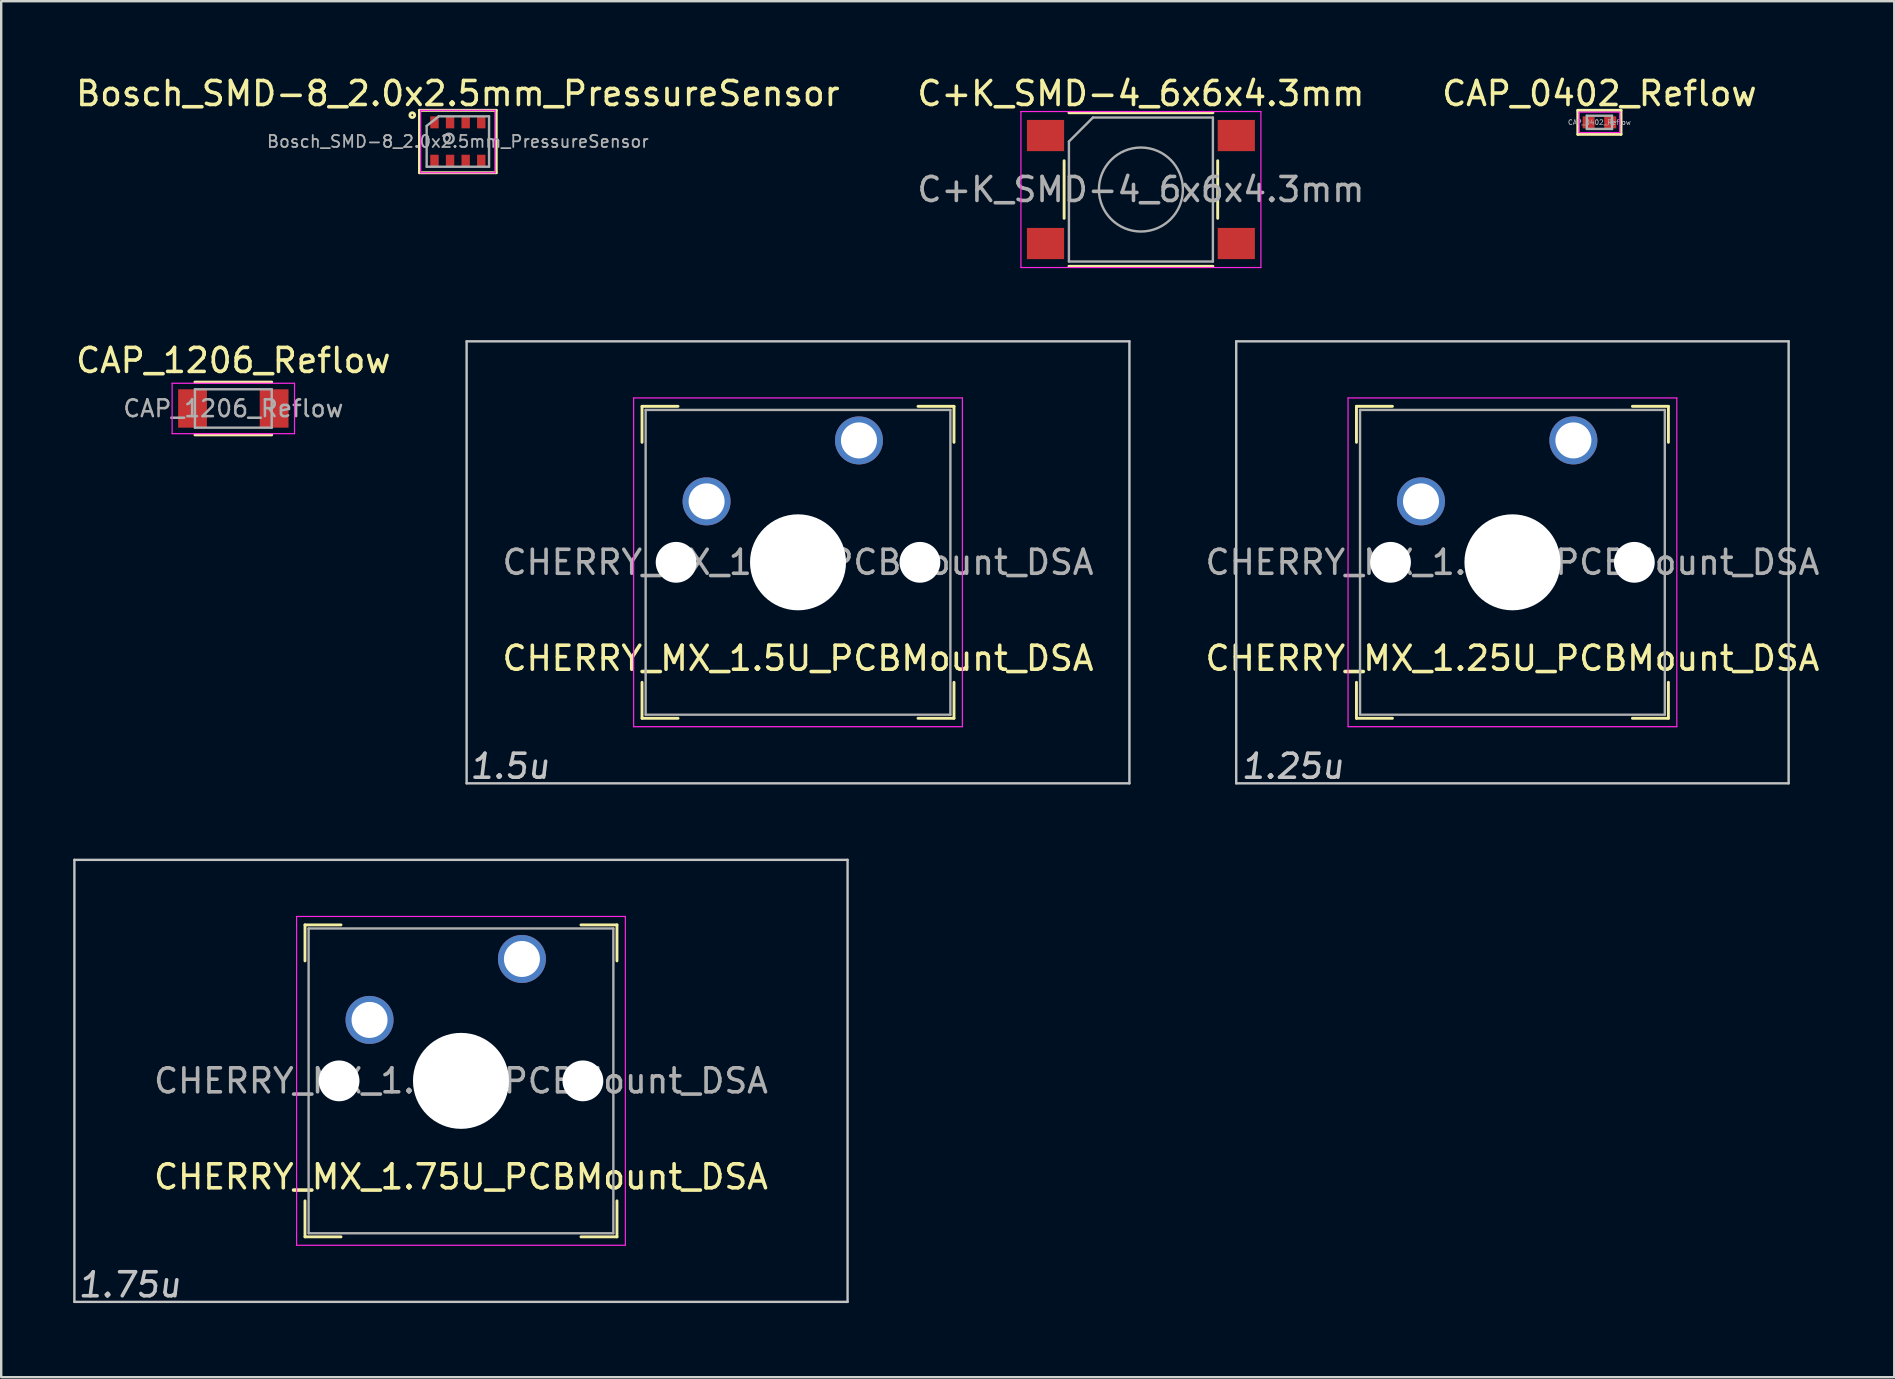
<source format=kicad_pcb>
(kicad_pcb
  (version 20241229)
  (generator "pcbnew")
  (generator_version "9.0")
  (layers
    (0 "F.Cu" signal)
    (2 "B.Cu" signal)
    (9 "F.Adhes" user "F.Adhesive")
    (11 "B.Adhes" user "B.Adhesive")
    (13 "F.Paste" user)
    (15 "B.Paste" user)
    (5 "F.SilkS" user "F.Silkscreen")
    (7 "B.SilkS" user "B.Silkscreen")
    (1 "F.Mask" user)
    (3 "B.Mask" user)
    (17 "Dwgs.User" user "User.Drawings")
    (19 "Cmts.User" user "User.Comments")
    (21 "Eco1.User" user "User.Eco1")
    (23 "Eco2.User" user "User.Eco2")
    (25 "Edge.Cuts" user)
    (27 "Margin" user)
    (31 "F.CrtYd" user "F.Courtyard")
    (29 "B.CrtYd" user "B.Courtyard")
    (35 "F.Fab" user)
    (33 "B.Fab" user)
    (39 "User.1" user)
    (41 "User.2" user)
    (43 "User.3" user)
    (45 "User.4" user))
  (footprint "CHERRY_MX_1.25U_PCBMount_DSA"
    (layer "F.Cu")
    (at 59.976 20.383)
    (property "Reference" "CHERRY_MX_1.25U_PCBMount_DSA" (at 0 4 0) (layer "F.SilkS") (effects (font (size 1 1) (thickness 0.15))))
    (attr through_hole)
    (fp_line (start -6.5 -6.5) (end -6.5 -5) (stroke (width 0.12) (type solid)) (layer "F.SilkS"))
    (fp_line (start -6.5 6.5) (end -6.5 5) (stroke (width 0.12) (type solid)) (layer "F.SilkS"))
    (fp_line (start -5 -6.5) (end -6.5 -6.5) (stroke (width 0.12) (type solid)) (layer "F.SilkS"))
    (fp_line (start -5 6.5) (end -6.5 6.5) (stroke (width 0.12) (type solid)) (layer "F.SilkS"))
    (fp_line (start 6.5 -6.5) (end 5 -6.5) (stroke (width 0.12) (type solid)) (layer "F.SilkS"))
    (fp_line (start 6.5 -6.5) (end 6.5 -5) (stroke (width 0.12) (type solid)) (layer "F.SilkS"))
    (fp_line (start 6.5 5) (end 6.5 6.5) (stroke (width 0.12) (type solid)) (layer "F.SilkS"))
    (fp_line (start 6.5 6.5) (end 5 6.5) (stroke (width 0.12) (type solid)) (layer "F.SilkS"))
    (fp_line (start -11.51 -9.21) (end -11.51 9.21) (stroke (width 0.1) (type solid)) (layer "Dwgs.User"))
    (fp_line (start -11.51 -9.21) (end 11.51 -9.21) (stroke (width 0.1) (type solid)) (layer "Dwgs.User"))
    (fp_line (start -11.51 9.21) (end 11.51 9.21) (stroke (width 0.1) (type solid)) (layer "Dwgs.User"))
    (fp_line (start 11.51 9.21) (end 11.51 -9.21) (stroke (width 0.1) (type solid)) (layer "Dwgs.User"))
    (fp_line (start -6.85 -6.85) (end -6.85 6.85) (stroke (width 0.05) (type solid)) (layer "F.CrtYd"))
    (fp_line (start -6.85 -6.85) (end 6.85 -6.85) (stroke (width 0.05) (type solid)) (layer "F.CrtYd"))
    (fp_line (start -6.85 6.85) (end 6.85 6.85) (stroke (width 0.05) (type solid)) (layer "F.CrtYd"))
    (fp_line (start 6.85 6.85) (end 6.85 -6.85) (stroke (width 0.05) (type solid)) (layer "F.CrtYd"))
    (fp_line (start -6.35 -6.35) (end -6.35 6.35) (stroke (width 0.1) (type solid)) (layer "F.Fab"))
    (fp_line (start -6.35 -6.35) (end 6.35 -6.35) (stroke (width 0.1) (type solid)) (layer "F.Fab"))
    (fp_line (start -6.35 6.35) (end 6.35 6.35) (stroke (width 0.1) (type solid)) (layer "F.Fab"))
    (fp_line (start 6.35 -6.35) (end 6.35 6.35) (stroke (width 0.1) (type solid)) (layer "F.Fab"))
    (fp_text user "1.25u" (at -9.15 8.5 0) (layer "Dwgs.User") (effects (font (size 1 1) (thickness 0.15) (italic yes))))
    (fp_text user "${REFERENCE}" (at 0 0 0) (layer "F.Fab") (effects (font (size 1 1) (thickness 0.15))))
    (pad "" np_thru_hole circle (at -5.08 0) (size 1.7 1.7) (drill 1.7) (layers "*.Cu" "*.Mask"))
    (pad "" np_thru_hole circle (at 0 0) (size 4 4) (drill 4) (layers "*.Cu" "*.Mask"))
    (pad "" np_thru_hole circle (at 5.08 0) (size 1.7 1.7) (drill 1.7) (layers "*.Cu" "*.Mask"))
    (pad "1" thru_hole circle (at -3.81 -2.54) (size 2 2) (drill 1.5) (layers "*.Cu" "*.Mask"))
    (pad "2" thru_hole circle (at 2.54 -5.08) (size 2 2) (drill 1.5) (layers "*.Cu" "*.Mask")))
  (footprint "CAP_0402_Reflow"
    (layer "F.Cu")
    (at 63.601 2.048)
    (property "Reference" "CAP_0402_Reflow" (at 0 -1.2 0) (layer "F.SilkS") (effects (font (size 1 1) (thickness 0.15))))
    (attr smd)
    (fp_line (start -0.9 -0.5) (end 0.9 -0.5) (stroke (width 0.12) (type solid)) (layer "F.SilkS"))
    (fp_line (start -0.9 0.5) (end -0.9 -0.5) (stroke (width 0.12) (type solid)) (layer "F.SilkS"))
    (fp_line (start 0.9 -0.5) (end 0.9 0.5) (stroke (width 0.12) (type solid)) (layer "F.SilkS"))
    (fp_line (start 0.9 0.5) (end -0.9 0.5) (stroke (width 0.12) (type solid)) (layer "F.SilkS"))
    (fp_line (start -0.85 -0.425) (end -0.85 0.425) (stroke (width 0.05) (type solid)) (layer "F.CrtYd"))
    (fp_line (start -0.85 -0.425) (end 0.85 -0.425) (stroke (width 0.05) (type solid)) (layer "F.CrtYd"))
    (fp_line (start -0.85 0.425) (end 0.85 0.425) (stroke (width 0.05) (type solid)) (layer "F.CrtYd"))
    (fp_line (start 0.85 -0.425) (end 0.85 0.425) (stroke (width 0.05) (type solid)) (layer "F.CrtYd"))
    (fp_line (start -0.525 -0.275) (end -0.525 0.275) (stroke (width 0.1) (type solid)) (layer "F.Fab"))
    (fp_line (start -0.525 -0.275) (end 0.525 -0.275) (stroke (width 0.1) (type solid)) (layer "F.Fab"))
    (fp_line (start -0.525 0.275) (end 0.525 0.275) (stroke (width 0.1) (type solid)) (layer "F.Fab"))
    (fp_line (start 0.525 -0.275) (end 0.525 0.275) (stroke (width 0.1) (type solid)) (layer "F.Fab"))
    (fp_text user "${REFERENCE}" (at 0 0 0) (layer "F.Fab") (effects (font (size 0.2 0.2) (thickness 0.03))))
    (pad "1" smd rect (at -0.45 0) (size 0.5 0.5) (layers "F.Cu" "F.Mask" "F.Paste"))
    (pad "2" smd rect (at 0.45 0) (size 0.5 0.5) (layers "F.Cu" "F.Mask" "F.Paste")))
  (footprint "CAP_1206_Reflow"
    (layer "F.Cu")
    (at 6.673 13.972)
    (property "Reference" "CAP_1206_Reflow" (at 0 -2 0) (layer "F.SilkS") (effects (font (size 1 1) (thickness 0.15))))
    (attr smd)
    (fp_line (start -1.6 -1.1) (end 1.6 -1.1) (stroke (width 0.12) (type solid)) (layer "F.SilkS"))
    (fp_line (start 1.6 1.1) (end -1.6 1.1) (stroke (width 0.12) (type solid)) (layer "F.SilkS"))
    (fp_line (start -2.55 -1.05) (end -2.55 1.05) (stroke (width 0.05) (type solid)) (layer "F.CrtYd"))
    (fp_line (start -2.55 -1.05) (end 2.55 -1.05) (stroke (width 0.05) (type solid)) (layer "F.CrtYd"))
    (fp_line (start -2.55 1.05) (end 2.55 1.05) (stroke (width 0.05) (type solid)) (layer "F.CrtYd"))
    (fp_line (start 2.55 1.05) (end 2.55 -1.05) (stroke (width 0.05) (type solid)) (layer "F.CrtYd"))
    (fp_line (start -1.6 -0.8) (end -1.6 0.8) (stroke (width 0.1) (type solid)) (layer "F.Fab"))
    (fp_line (start -1.6 -0.8) (end 1.6 -0.8) (stroke (width 0.1) (type solid)) (layer "F.Fab"))
    (fp_line (start -1.6 0.8) (end 1.6 0.8) (stroke (width 0.1) (type solid)) (layer "F.Fab"))
    (fp_line (start 1.6 -0.8) (end 1.6 0.8) (stroke (width 0.1) (type solid)) (layer "F.Fab"))
    (fp_text user "${REFERENCE}" (at 0 0 0) (layer "F.Fab") (effects (font (size 0.7 0.7) (thickness 0.105))))
    (pad "1" smd rect (at -1.7 0) (size 1.2 1.6) (layers "F.Cu" "F.Mask" "F.Paste"))
    (pad "2" smd rect (at 1.7 0) (size 1.2 1.6) (layers "F.Cu" "F.Mask" "F.Paste")))
  (footprint "CHERRY_MX_1.5U_PCBMount_DSA"
    (layer "F.Cu")
    (at 30.205 20.383)
    (property "Reference" "CHERRY_MX_1.5U_PCBMount_DSA" (at 0 4 0) (layer "F.SilkS") (effects (font (size 1 1) (thickness 0.15))))
    (attr through_hole)
    (fp_line (start -6.5 -6.5) (end -6.5 -5) (stroke (width 0.12) (type solid)) (layer "F.SilkS"))
    (fp_line (start -6.5 6.5) (end -6.5 5) (stroke (width 0.12) (type solid)) (layer "F.SilkS"))
    (fp_line (start -5 -6.5) (end -6.5 -6.5) (stroke (width 0.12) (type solid)) (layer "F.SilkS"))
    (fp_line (start -5 6.5) (end -6.5 6.5) (stroke (width 0.12) (type solid)) (layer "F.SilkS"))
    (fp_line (start 6.5 -6.5) (end 5 -6.5) (stroke (width 0.12) (type solid)) (layer "F.SilkS"))
    (fp_line (start 6.5 -6.5) (end 6.5 -5) (stroke (width 0.12) (type solid)) (layer "F.SilkS"))
    (fp_line (start 6.5 5) (end 6.5 6.5) (stroke (width 0.12) (type solid)) (layer "F.SilkS"))
    (fp_line (start 6.5 6.5) (end 5 6.5) (stroke (width 0.12) (type solid)) (layer "F.SilkS"))
    (fp_line (start -13.81 -9.21) (end -13.81 9.21) (stroke (width 0.1) (type solid)) (layer "Dwgs.User"))
    (fp_line (start -13.81 -9.21) (end 13.81 -9.21) (stroke (width 0.1) (type solid)) (layer "Dwgs.User"))
    (fp_line (start -13.81 9.21) (end 13.81 9.21) (stroke (width 0.1) (type solid)) (layer "Dwgs.User"))
    (fp_line (start 13.81 9.21) (end 13.81 -9.21) (stroke (width 0.1) (type solid)) (layer "Dwgs.User"))
    (fp_line (start -6.85 -6.85) (end -6.85 6.85) (stroke (width 0.05) (type solid)) (layer "F.CrtYd"))
    (fp_line (start -6.85 -6.85) (end 6.85 -6.85) (stroke (width 0.05) (type solid)) (layer "F.CrtYd"))
    (fp_line (start -6.85 6.85) (end 6.85 6.85) (stroke (width 0.05) (type solid)) (layer "F.CrtYd"))
    (fp_line (start 6.85 6.85) (end 6.85 -6.85) (stroke (width 0.05) (type solid)) (layer "F.CrtYd"))
    (fp_line (start -6.35 -6.35) (end -6.35 6.35) (stroke (width 0.1) (type solid)) (layer "F.Fab"))
    (fp_line (start -6.35 -6.35) (end 6.35 -6.35) (stroke (width 0.1) (type solid)) (layer "F.Fab"))
    (fp_line (start -6.35 6.35) (end 6.35 6.35) (stroke (width 0.1) (type solid)) (layer "F.Fab"))
    (fp_line (start 6.35 -6.35) (end 6.35 6.35) (stroke (width 0.1) (type solid)) (layer "F.Fab"))
    (fp_text user "1.5u" (at -12 8.5 0) (layer "Dwgs.User") (effects (font (size 1 1) (thickness 0.15) (italic yes))))
    (fp_text user "${REFERENCE}" (at 0 0 0) (layer "F.Fab") (effects (font (size 1 1) (thickness 0.15))))
    (pad "" np_thru_hole circle (at -5.08 0) (size 1.7 1.7) (drill 1.7) (layers "*.Cu" "*.Mask"))
    (pad "" np_thru_hole circle (at 0 0) (size 4 4) (drill 4) (layers "*.Cu" "*.Mask"))
    (pad "" np_thru_hole circle (at 5.08 0) (size 1.7 1.7) (drill 1.7) (layers "*.Cu" "*.Mask"))
    (pad "1" thru_hole circle (at -3.81 -2.54) (size 2 2) (drill 1.5) (layers "*.Cu" "*.Mask"))
    (pad "2" thru_hole circle (at 2.54 -5.08) (size 2 2) (drill 1.5) (layers "*.Cu" "*.Mask")))
  (footprint "C+K_SMD-4_6x6x4.3mm"
    (layer "F.Cu")
    (at 44.494 4.848)
    (property "Reference" "C+K_SMD-4_6x6x4.3mm" (at 0 -4 0) (layer "F.SilkS") (effects (font (size 1 1) (thickness 0.15))))
    (attr smd)
    (fp_line (start -3.2 1.2) (end -3.2 -1.2) (stroke (width 0.12) (type solid)) (layer "F.SilkS"))
    (fp_line (start -3 3.2) (end 3 3.2) (stroke (width 0.12) (type solid)) (layer "F.SilkS"))
    (fp_line (start 3 -3.2) (end -3 -3.2) (stroke (width 0.12) (type solid)) (layer "F.SilkS"))
    (fp_line (start 3.2 -1.2) (end 3.2 1.2) (stroke (width 0.12) (type solid)) (layer "F.SilkS"))
    (fp_line (start -5 -3.25) (end -5 3.25) (stroke (width 0.05) (type solid)) (layer "F.CrtYd"))
    (fp_line (start -5 -3.25) (end 5 -3.25) (stroke (width 0.05) (type solid)) (layer "F.CrtYd"))
    (fp_line (start -5 3.25) (end 5 3.25) (stroke (width 0.05) (type solid)) (layer "F.CrtYd"))
    (fp_line (start 5 -3.25) (end 5 3.25) (stroke (width 0.05) (type solid)) (layer "F.CrtYd"))
    (fp_line (start -3 -2) (end -3 3) (stroke (width 0.1) (type solid)) (layer "F.Fab"))
    (fp_line (start -3 -2) (end -2 -3) (stroke (width 0.1) (type solid)) (layer "F.Fab"))
    (fp_line (start -3 3) (end 3 3) (stroke (width 0.1) (type solid)) (layer "F.Fab"))
    (fp_line (start -2 -3) (end 3 -3) (stroke (width 0.1) (type solid)) (layer "F.Fab"))
    (fp_line (start 3 -3) (end 3 3) (stroke (width 0.1) (type solid)) (layer "F.Fab"))
    (fp_circle (center 0 0) (end 1.75 0) (stroke (width 0.1) (type solid)) (fill no) (layer "F.Fab"))
    (fp_text user "${REFERENCE}" (at 0 0 0) (layer "F.Fab") (effects (font (size 1 1) (thickness 0.15))))
    (pad "1" smd rect (at -3.975 -2.25) (size 1.55 1.3) (layers "F.Cu" "F.Mask" "F.Paste"))
    (pad "2" smd rect (at 3.975 -2.25) (size 1.55 1.3) (layers "F.Cu" "F.Mask" "F.Paste"))
    (pad "3" smd rect (at -3.975 2.25) (size 1.55 1.3) (layers "F.Cu" "F.Mask" "F.Paste"))
    (pad "4" smd rect (at 3.975 2.25) (size 1.55 1.3) (layers "F.Cu" "F.Mask" "F.Paste")))
  (footprint "Bosch_SMD-8_2.0x2.5mm_PressureSensor"
    (layer "F.Cu")
    (at 16.03 2.848)
    (property "Reference" "Bosch_SMD-8_2.0x2.5mm_PressureSensor" (at 0 -2 0) (layer "F.SilkS") (effects (font (size 1 1) (thickness 0.15))))
    (attr smd)
    (fp_line (start -1.6 -1.3) (end 1.6 -1.3) (stroke (width 0.12) (type solid)) (layer "F.SilkS"))
    (fp_line (start -1.6 1.3) (end -1.6 -1.3) (stroke (width 0.12) (type solid)) (layer "F.SilkS"))
    (fp_line (start 1.6 -1.3) (end 1.6 1.3) (stroke (width 0.12) (type solid)) (layer "F.SilkS"))
    (fp_line (start 1.6 1.3) (end -1.6 1.3) (stroke (width 0.12) (type solid)) (layer "F.SilkS"))
    (fp_circle (center -1.9 -1.1) (end -1.9 -1) (stroke (width 0.12) (type solid)) (fill no) (layer "F.SilkS"))
    (fp_line (start -1.55 -1.3) (end 1.55 -1.3) (stroke (width 0.05) (type solid)) (layer "F.CrtYd"))
    (fp_line (start -1.55 1.3) (end -1.55 -1.3) (stroke (width 0.05) (type solid)) (layer "F.CrtYd"))
    (fp_line (start 1.55 -1.3) (end 1.55 1.3) (stroke (width 0.05) (type solid)) (layer "F.CrtYd"))
    (fp_line (start 1.55 1.3) (end -1.55 1.3) (stroke (width 0.05) (type solid)) (layer "F.CrtYd"))
    (fp_line (start -1.3 -0.65) (end -1.3 1.05) (stroke (width 0.1) (type solid)) (layer "F.Fab"))
    (fp_line (start -1.3 -0.65) (end -0.8 -1.05) (stroke (width 0.1) (type solid)) (layer "F.Fab"))
    (fp_line (start -1.3 1.05) (end 1.3 1.05) (stroke (width 0.1) (type solid)) (layer "F.Fab"))
    (fp_line (start -0.8 -1.05) (end 1.3 -1.05) (stroke (width 0.1) (type solid)) (layer "F.Fab"))
    (fp_line (start 1.3 -1.05) (end 1.3 1.05) (stroke (width 0.1) (type solid)) (layer "F.Fab"))
    (fp_circle (center -0.375 -0.125) (end -0.575 -0.125) (stroke (width 0.1) (type solid)) (fill no) (layer "F.Fab"))
    (fp_text user "${REFERENCE}" (at 0 0 0) (layer "F.Fab") (effects (font (size 0.5 0.5) (thickness 0.075))))
    (pad "1" smd rect (at -0.975 -0.8) (size 0.35 0.5) (layers "F.Cu" "F.Mask" "F.Paste"))
    (pad "2" smd rect (at -0.325 -0.8) (size 0.35 0.5) (layers "F.Cu" "F.Mask" "F.Paste"))
    (pad "3" smd rect (at 0.325 -0.8) (size 0.35 0.5) (layers "F.Cu" "F.Mask" "F.Paste"))
    (pad "4" smd rect (at 0.975 -0.8) (size 0.35 0.5) (layers "F.Cu" "F.Mask" "F.Paste"))
    (pad "5" smd rect (at 0.975 0.8) (size 0.35 0.5) (layers "F.Cu" "F.Mask" "F.Paste"))
    (pad "6" smd rect (at 0.325 0.8) (size 0.35 0.5) (layers "F.Cu" "F.Mask" "F.Paste"))
    (pad "7" smd rect (at -0.325 0.8) (size 0.35 0.5) (layers "F.Cu" "F.Mask" "F.Paste"))
    (pad "8" smd rect (at -0.975 0.8) (size 0.35 0.5) (layers "F.Cu" "F.Mask" "F.Paste")))
  (footprint "CHERRY_MX_1.75U_PCBMount_DSA"
    (layer "F.Cu")
    (at 16.16 41.992)
    (property "Reference" "CHERRY_MX_1.75U_PCBMount_DSA" (at 0 4 0) (layer "F.SilkS") (effects (font (size 1 1) (thickness 0.15))))
    (attr through_hole)
    (fp_line (start -6.5 -6.5) (end -6.5 -5) (stroke (width 0.12) (type solid)) (layer "F.SilkS"))
    (fp_line (start -6.5 6.5) (end -6.5 5) (stroke (width 0.12) (type solid)) (layer "F.SilkS"))
    (fp_line (start -5 -6.5) (end -6.5 -6.5) (stroke (width 0.12) (type solid)) (layer "F.SilkS"))
    (fp_line (start -5 6.5) (end -6.5 6.5) (stroke (width 0.12) (type solid)) (layer "F.SilkS"))
    (fp_line (start 6.5 -6.5) (end 5 -6.5) (stroke (width 0.12) (type solid)) (layer "F.SilkS"))
    (fp_line (start 6.5 -6.5) (end 6.5 -5) (stroke (width 0.12) (type solid)) (layer "F.SilkS"))
    (fp_line (start 6.5 5) (end 6.5 6.5) (stroke (width 0.12) (type solid)) (layer "F.SilkS"))
    (fp_line (start 6.5 6.5) (end 5 6.5) (stroke (width 0.12) (type solid)) (layer "F.SilkS"))
    (fp_line (start -16.11 -9.21) (end -16.11 9.21) (stroke (width 0.1) (type solid)) (layer "Dwgs.User"))
    (fp_line (start -16.11 -9.21) (end 16.11 -9.21) (stroke (width 0.1) (type solid)) (layer "Dwgs.User"))
    (fp_line (start -16.11 9.21) (end 16.11 9.21) (stroke (width 0.1) (type solid)) (layer "Dwgs.User"))
    (fp_line (start 16.11 9.21) (end 16.11 -9.21) (stroke (width 0.1) (type solid)) (layer "Dwgs.User"))
    (fp_line (start -6.85 -6.85) (end -6.85 6.85) (stroke (width 0.05) (type solid)) (layer "F.CrtYd"))
    (fp_line (start -6.85 -6.85) (end 6.85 -6.85) (stroke (width 0.05) (type solid)) (layer "F.CrtYd"))
    (fp_line (start -6.85 6.85) (end 6.85 6.85) (stroke (width 0.05) (type solid)) (layer "F.CrtYd"))
    (fp_line (start 6.85 6.85) (end 6.85 -6.85) (stroke (width 0.05) (type solid)) (layer "F.CrtYd"))
    (fp_line (start -6.35 -6.35) (end -6.35 6.35) (stroke (width 0.1) (type solid)) (layer "F.Fab"))
    (fp_line (start -6.35 -6.35) (end 6.35 -6.35) (stroke (width 0.1) (type solid)) (layer "F.Fab"))
    (fp_line (start -6.35 6.35) (end 6.35 6.35) (stroke (width 0.1) (type solid)) (layer "F.Fab"))
    (fp_line (start 6.35 -6.35) (end 6.35 6.35) (stroke (width 0.1) (type solid)) (layer "F.Fab"))
    (fp_text user "1.75u" (at -13.8 8.5 0) (layer "Dwgs.User") (effects (font (size 1 1) (thickness 0.15) (italic yes))))
    (fp_text user "${REFERENCE}" (at 0 0 0) (layer "F.Fab") (effects (font (size 1 1) (thickness 0.15))))
    (pad "" np_thru_hole circle (at -5.08 0) (size 1.7 1.7) (drill 1.7) (layers "*.Cu" "*.Mask"))
    (pad "" np_thru_hole circle (at 0 0) (size 4 4) (drill 4) (layers "*.Cu" "*.Mask"))
    (pad "" np_thru_hole circle (at 5.08 0) (size 1.7 1.7) (drill 1.7) (layers "*.Cu" "*.Mask"))
    (pad "1" thru_hole circle (at -3.81 -2.54) (size 2 2) (drill 1.5) (layers "*.Cu" "*.Mask"))
    (pad "2" thru_hole circle (at 2.54 -5.08) (size 2 2) (drill 1.5) (layers "*.Cu" "*.Mask")))
  (gr_rect
    (start -3 -3)
    (end 75.887 54.34)
    (stroke (width 0.1) (type default))
    (fill no)
    (layer "Edge.Cuts")))
</source>
